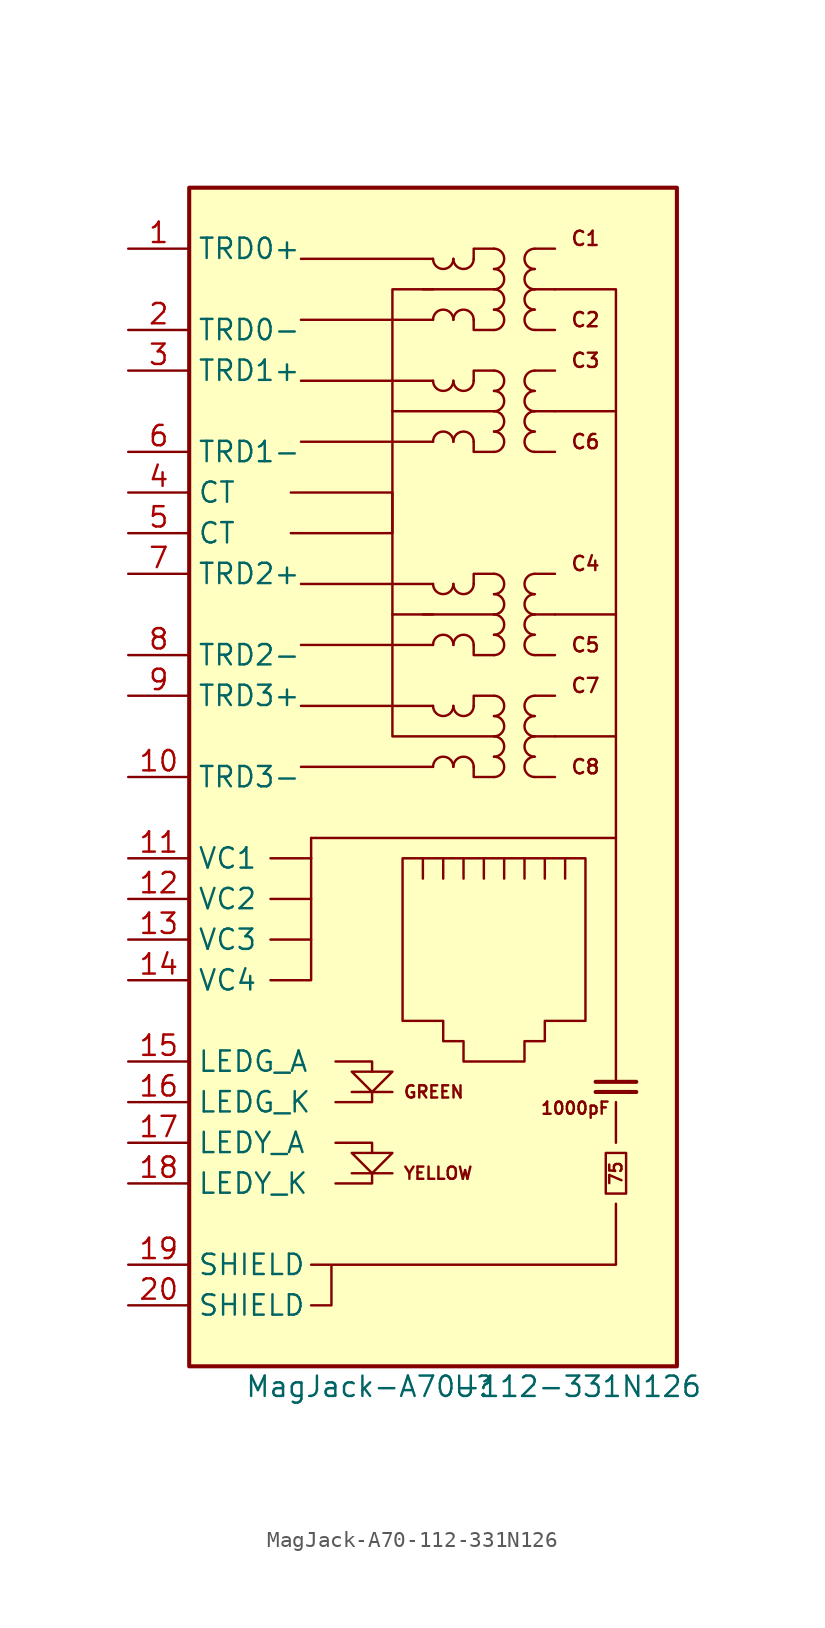
<source format=kicad_sym>
(kicad_symbol_lib
  (version 20210619)
  (generator kicad_symbol_editor)
  (symbol "CM4IO:MagJack-A70-112-331N126"
    (property "Reference" "U"
      (at 0 0 0)
      (effects (font (size 1.27 1.27))))
    (property "Value" "MagJack-A70-112-331N126"
      (at 0 0 0)
      (effects (font (size 1.27 1.27))))
    (symbol "MagJack-A70-112-331N126_0_1"
      (polyline (pts (xy 1.27 40.64) (xy -5.08 40.64) (xy -5.08 48.26) (xy -2.54 48.26) (xy -5.08 48.26)) (stroke (width 0)) (fill (type none)))
      (polyline (pts (xy 1.27 60.96) (xy -5.08 60.96) (xy -5.08 68.58) (xy -2.54 68.58) (xy -5.08 68.58)) (stroke (width 0)) (fill (type none))))
    (symbol "MagJack-A70-112-331N126_1_1"
      (arc (start -1.27 38.735) (end -2.54 38.735) (radius (at -1.905 38.735) (length 0.635) (angles 0.1 179.9)) (stroke (width 0)) (fill (type none)))
      (arc (start -2.54 42.545) (end -1.27 42.545) (radius (at -1.905 42.545) (length 0.635) (angles -179.9 -0.1)) (stroke (width 0)) (fill (type none)))
      (arc (start -1.27 46.355) (end -2.54 46.355) (radius (at -1.905 46.355) (length 0.635) (angles 0.1 179.9)) (stroke (width 0)) (fill (type none)))
      (arc (start -2.54 50.165) (end -1.27 50.165) (radius (at -1.905 50.165) (length 0.635) (angles -179.9 -0.1)) (stroke (width 0)) (fill (type none)))
      (arc (start -1.27 59.055) (end -2.54 59.055) (radius (at -1.905 59.055) (length 0.635) (angles 0.1 179.9)) (stroke (width 0)) (fill (type none)))
      (arc (start -2.54 62.865) (end -1.27 62.865) (radius (at -1.905 62.865) (length 0.635) (angles -179.9 -0.1)) (stroke (width 0)) (fill (type none)))
      (arc (start -1.27 66.675) (end -2.54 66.675) (radius (at -1.905 66.675) (length 0.635) (angles 0.1 179.9)) (stroke (width 0)) (fill (type none)))
      (arc (start -2.54 70.485) (end -1.27 70.485) (radius (at -1.905 70.485) (length 0.635) (angles -179.9 -0.1)) (stroke (width 0)) (fill (type none)))
      (arc (start 0 38.735) (end -1.27 38.735) (radius (at -0.635 38.735) (length 0.635) (angles 0.1 179.9)) (stroke (width 0)) (fill (type none)))
      (arc (start -1.27 42.545) (end 0 42.545) (radius (at -0.635 42.545) (length 0.635) (angles -179.9 -0.1)) (stroke (width 0)) (fill (type none)))
      (arc (start 0 46.355) (end -1.27 46.355) (radius (at -0.635 46.355) (length 0.635) (angles 0.1 179.9)) (stroke (width 0)) (fill (type none)))
      (arc (start -1.27 50.165) (end 0 50.165) (radius (at -0.635 50.165) (length 0.635) (angles -179.9 -0.1)) (stroke (width 0)) (fill (type none)))
      (arc (start 0 59.055) (end -1.27 59.055) (radius (at -0.635 59.055) (length 0.635) (angles 0.1 179.9)) (stroke (width 0)) (fill (type none)))
      (arc (start -1.27 62.865) (end 0 62.865) (radius (at -0.635 62.865) (length 0.635) (angles -179.9 -0.1)) (stroke (width 0)) (fill (type none)))
      (arc (start 0 66.675) (end -1.27 66.675) (radius (at -0.635 66.675) (length 0.635) (angles 0.1 179.9)) (stroke (width 0)) (fill (type none)))
      (arc (start -1.27 70.485) (end 0 70.485) (radius (at -0.635 70.485) (length 0.635) (angles -179.9 -0.1)) (stroke (width 0)) (fill (type none)))
      (arc (start 1.27 38.1) (end 1.27 39.37) (radius (at 1.27 38.735) (length 0.635) (angles -89.9 89.9)) (stroke (width 0)) (fill (type none)))
      (arc (start 1.27 39.37) (end 1.27 40.64) (radius (at 1.27 40.005) (length 0.635) (angles -89.9 89.9)) (stroke (width 0)) (fill (type none)))
      (arc (start 1.27 40.64) (end 1.27 41.91) (radius (at 1.27 41.275) (length 0.635) (angles -89.9 89.9)) (stroke (width 0)) (fill (type none)))
      (arc (start 1.27 41.91) (end 1.27 43.18) (radius (at 1.27 42.545) (length 0.635) (angles -89.9 89.9)) (stroke (width 0)) (fill (type none)))
      (arc (start 1.27 45.72) (end 1.27 46.99) (radius (at 1.27 46.355) (length 0.635) (angles -89.9 89.9)) (stroke (width 0)) (fill (type none)))
      (arc (start 1.27 46.99) (end 1.27 48.26) (radius (at 1.27 47.625) (length 0.635) (angles -89.9 89.9)) (stroke (width 0)) (fill (type none)))
      (arc (start 1.27 48.26) (end 1.27 49.53) (radius (at 1.27 48.895) (length 0.635) (angles -89.9 89.9)) (stroke (width 0)) (fill (type none)))
      (arc (start 1.27 49.53) (end 1.27 50.8) (radius (at 1.27 50.165) (length 0.635) (angles -89.9 89.9)) (stroke (width 0)) (fill (type none)))
      (arc (start 1.27 58.42) (end 1.27 59.69) (radius (at 1.27 59.055) (length 0.635) (angles -89.9 89.9)) (stroke (width 0)) (fill (type none)))
      (arc (start 1.27 59.69) (end 1.27 60.96) (radius (at 1.27 60.325) (length 0.635) (angles -89.9 89.9)) (stroke (width 0)) (fill (type none)))
      (arc (start 1.27 60.96) (end 1.27 62.23) (radius (at 1.27 61.595) (length 0.635) (angles -89.9 89.9)) (stroke (width 0)) (fill (type none)))
      (arc (start 1.27 62.23) (end 1.27 63.5) (radius (at 1.27 62.865) (length 0.635) (angles -89.9 89.9)) (stroke (width 0)) (fill (type none)))
      (arc (start 1.27 66.04) (end 1.27 67.31) (radius (at 1.27 66.675) (length 0.635) (angles -89.9 89.9)) (stroke (width 0)) (fill (type none)))
      (arc (start 1.27 67.31) (end 1.27 68.58) (radius (at 1.27 67.945) (length 0.635) (angles -89.9 89.9)) (stroke (width 0)) (fill (type none)))
      (arc (start 1.27 68.58) (end 1.27 69.85) (radius (at 1.27 69.215) (length 0.635) (angles -89.9 89.9)) (stroke (width 0)) (fill (type none)))
      (arc (start 1.27 69.85) (end 1.27 71.12) (radius (at 1.27 70.485) (length 0.635) (angles -89.9 89.9)) (stroke (width 0)) (fill (type none)))
      (arc (start 3.81 39.37) (end 3.81 38.1) (radius (at 3.81 38.735) (length 0.635) (angles 90.1 -90.1)) (stroke (width 0)) (fill (type none)))
      (arc (start 3.81 40.64) (end 3.81 39.37) (radius (at 3.81 40.005) (length 0.635) (angles 90.1 -90.1)) (stroke (width 0)) (fill (type none)))
      (arc (start 3.81 41.91) (end 3.81 40.64) (radius (at 3.81 41.275) (length 0.635) (angles 90.1 -90.1)) (stroke (width 0)) (fill (type none)))
      (arc (start 3.81 43.18) (end 3.81 41.91) (radius (at 3.81 42.545) (length 0.635) (angles 90.1 -90.1)) (stroke (width 0)) (fill (type none)))
      (arc (start 3.81 46.99) (end 3.81 45.72) (radius (at 3.81 46.355) (length 0.635) (angles 90.1 -90.1)) (stroke (width 0)) (fill (type none)))
      (arc (start 3.81 48.26) (end 3.81 46.99) (radius (at 3.81 47.625) (length 0.635) (angles 90.1 -90.1)) (stroke (width 0)) (fill (type none)))
      (arc (start 3.81 49.53) (end 3.81 48.26) (radius (at 3.81 48.895) (length 0.635) (angles 90.1 -90.1)) (stroke (width 0)) (fill (type none)))
      (arc (start 3.81 50.8) (end 3.81 49.53) (radius (at 3.81 50.165) (length 0.635) (angles 90.1 -90.1)) (stroke (width 0)) (fill (type none)))
      (arc (start 3.81 59.69) (end 3.81 58.42) (radius (at 3.81 59.055) (length 0.635) (angles 90.1 -90.1)) (stroke (width 0)) (fill (type none)))
      (arc (start 3.81 60.96) (end 3.81 59.69) (radius (at 3.81 60.325) (length 0.635) (angles 90.1 -90.1)) (stroke (width 0)) (fill (type none)))
      (arc (start 3.81 62.23) (end 3.81 60.96) (radius (at 3.81 61.595) (length 0.635) (angles 90.1 -90.1)) (stroke (width 0)) (fill (type none)))
      (arc (start 3.81 63.5) (end 3.81 62.23) (radius (at 3.81 62.865) (length 0.635) (angles 90.1 -90.1)) (stroke (width 0)) (fill (type none)))
      (arc (start 3.81 67.31) (end 3.81 66.04) (radius (at 3.81 66.675) (length 0.635) (angles 90.1 -90.1)) (stroke (width 0)) (fill (type none)))
      (arc (start 3.81 68.58) (end 3.81 67.31) (radius (at 3.81 67.945) (length 0.635) (angles 90.1 -90.1)) (stroke (width 0)) (fill (type none)))
      (arc (start 3.81 69.85) (end 3.81 68.58) (radius (at 3.81 69.215) (length 0.635) (angles 90.1 -90.1)) (stroke (width 0)) (fill (type none)))
      (arc (start 3.81 71.12) (end 3.81 69.85) (radius (at 3.81 70.485) (length 0.635) (angles 90.1 -90.1)) (stroke (width 0)) (fill (type none)))
      (text "1000pF" (at 6.35 17.399 0) (effects (font (size 0.762 0.762))))
      (text "75" (at 8.89 13.335 900) (effects (font (size 0.762 0.762))))
      (text "C1" (at 6.985 71.755 0) (effects (font (size 0.889 0.889))))
      (text "C2" (at 6.985 66.675 0) (effects (font (size 0.889 0.889))))
      (text "C3" (at 6.985 64.135 0) (effects (font (size 0.889 0.889))))
      (text "C4" (at 6.985 51.435 0) (effects (font (size 0.889 0.889))))
      (text "C5" (at 6.985 46.355 0) (effects (font (size 0.889 0.889))))
      (text "C6" (at 6.985 59.055 0) (effects (font (size 0.889 0.889))))
      (text "C7" (at 6.985 43.815 0) (effects (font (size 0.889 0.889))))
      (text "C8" (at 6.985 38.735 0) (effects (font (size 0.889 0.889))))
      (text "GREEN" (at -4.445 18.415 0) (effects (font (size 0.762 0.762)) (justify left)))
      (text "YELLOW" (at -4.445 13.335 0) (effects (font (size 0.762 0.762)) (justify left)))
      (rectangle (start 9.525 12.065) (end 8.255 14.605) (stroke (width 0)) (fill (type none)))
      (rectangle (start -17.78 1.27) (end 12.7 74.93) (stroke (width 0.254)) (fill (type background)))
      (polyline (pts (xy -12.7 27.94) (xy -10.16 27.94)) (stroke (width 0)) (fill (type none)))
      (polyline (pts (xy -12.7 30.48) (xy -10.16 30.48)) (stroke (width 0)) (fill (type none)))
      (polyline (pts (xy -12.7 33.02) (xy -10.16 33.02)) (stroke (width 0)) (fill (type none)))
      (polyline (pts (xy -10.16 33.02) (xy -10.16 34.29)) (stroke (width 0)) (fill (type none)))
      (polyline (pts (xy -5.08 13.335) (xy -7.62 13.335)) (stroke (width 0)) (fill (type none)))
      (polyline (pts (xy -5.08 18.415) (xy -7.62 18.415)) (stroke (width 0)) (fill (type none)))
      (polyline (pts (xy -5.08 48.26) (xy -5.08 60.96)) (stroke (width 0)) (fill (type none)))
      (polyline (pts (xy -3.175 31.75) (xy -3.175 33.02)) (stroke (width 0)) (fill (type none)))
      (polyline (pts (xy -3.175 48.26) (xy 1.27 48.26)) (stroke (width 0)) (fill (type none)))
      (polyline (pts (xy -3.175 68.58) (xy 1.27 68.58)) (stroke (width 0)) (fill (type none)))
      (polyline (pts (xy -2.54 38.735) (xy -10.795 38.735)) (stroke (width 0)) (fill (type none)))
      (polyline (pts (xy -2.54 42.545) (xy -10.795 42.545)) (stroke (width 0)) (fill (type none)))
      (polyline (pts (xy -2.54 46.355) (xy -10.795 46.355)) (stroke (width 0)) (fill (type none)))
      (polyline (pts (xy -2.54 50.165) (xy -10.795 50.165)) (stroke (width 0)) (fill (type none)))
      (polyline (pts (xy -2.54 59.055) (xy -10.795 59.055)) (stroke (width 0)) (fill (type none)))
      (polyline (pts (xy -2.54 62.865) (xy -10.795 62.865)) (stroke (width 0)) (fill (type none)))
      (polyline (pts (xy -2.54 66.675) (xy -10.795 66.675)) (stroke (width 0)) (fill (type none)))
      (polyline (pts (xy -2.54 70.485) (xy -10.795 70.485)) (stroke (width 0)) (fill (type none)))
      (polyline (pts (xy -1.905 33.02) (xy -1.905 31.75)) (stroke (width 0)) (fill (type none)))
      (polyline (pts (xy -0.635 33.02) (xy -0.635 31.75)) (stroke (width 0)) (fill (type none)))
      (polyline (pts (xy 0.635 33.02) (xy 0.635 31.75)) (stroke (width 0)) (fill (type none)))
      (polyline (pts (xy 1.905 33.02) (xy 1.905 31.75)) (stroke (width 0)) (fill (type none)))
      (polyline (pts (xy 3.175 33.02) (xy 3.175 31.75)) (stroke (width 0)) (fill (type none)))
      (polyline (pts (xy 3.81 38.1) (xy 5.08 38.1)) (stroke (width 0)) (fill (type none)))
      (polyline (pts (xy 3.81 40.64) (xy 5.08 40.64)) (stroke (width 0)) (fill (type none)))
      (polyline (pts (xy 3.81 43.18) (xy 5.08 43.18)) (stroke (width 0)) (fill (type none)))
      (polyline (pts (xy 3.81 45.72) (xy 5.08 45.72)) (stroke (width 0)) (fill (type none)))
      (polyline (pts (xy 3.81 48.26) (xy 5.08 48.26)) (stroke (width 0)) (fill (type none)))
      (polyline (pts (xy 3.81 50.8) (xy 5.08 50.8)) (stroke (width 0)) (fill (type none)))
      (polyline (pts (xy 3.81 58.42) (xy 5.08 58.42)) (stroke (width 0)) (fill (type none)))
      (polyline (pts (xy 3.81 60.96) (xy 5.08 60.96)) (stroke (width 0)) (fill (type none)))
      (polyline (pts (xy 3.81 63.5) (xy 5.08 63.5)) (stroke (width 0)) (fill (type none)))
      (polyline (pts (xy 3.81 66.04) (xy 5.08 66.04)) (stroke (width 0)) (fill (type none)))
      (polyline (pts (xy 3.81 68.58) (xy 5.08 68.58)) (stroke (width 0)) (fill (type none)))
      (polyline (pts (xy 3.81 71.12) (xy 5.08 71.12)) (stroke (width 0)) (fill (type none)))
      (polyline (pts (xy 4.445 31.75) (xy 4.445 33.02)) (stroke (width 0)) (fill (type none)))
      (polyline (pts (xy 5.08 40.64) (xy 8.89 40.64)) (stroke (width 0)) (fill (type none)))
      (polyline (pts (xy 5.08 48.26) (xy 8.89 48.26)) (stroke (width 0)) (fill (type none)))
      (polyline (pts (xy 5.08 60.96) (xy 8.89 60.96)) (stroke (width 0)) (fill (type none)))
      (polyline (pts (xy 5.715 31.75) (xy 5.715 33.02)) (stroke (width 0)) (fill (type none)))
      (polyline (pts (xy 7.62 18.415) (xy 10.16 18.415)) (stroke (width 0.254)) (fill (type none)))
      (polyline (pts (xy 7.62 19.05) (xy 10.16 19.05)) (stroke (width 0.254)) (fill (type none)))
      (polyline (pts (xy 8.89 15.24) (xy 8.89 17.78)) (stroke (width 0)) (fill (type none)))
      (polyline (pts (xy 8.89 19.05) (xy 8.89 34.29)) (stroke (width 0)) (fill (type none)))
      (polyline (pts (xy -10.16 33.02) (xy -10.16 25.4) (xy -12.7 25.4)) (stroke (width 0)) (fill (type none)))
      (polyline (pts (xy -8.636 12.7) (xy -6.35 12.7) (xy -6.35 13.335)) (stroke (width 0)) (fill (type none)))
      (polyline (pts (xy -8.636 15.24) (xy -6.35 15.24) (xy -6.35 14.605)) (stroke (width 0)) (fill (type none)))
      (polyline (pts (xy -8.636 20.32) (xy -6.35 20.32) (xy -6.35 19.685)) (stroke (width 0)) (fill (type none)))
      (polyline (pts (xy -6.35 18.415) (xy -6.35 17.78) (xy -8.636 17.78)) (stroke (width 0)) (fill (type none)))
      (polyline (pts (xy 0 38.735) (xy 0 38.1) (xy 1.27 38.1)) (stroke (width 0)) (fill (type none)))
      (polyline (pts (xy 0 46.355) (xy 0 45.72) (xy 1.27 45.72)) (stroke (width 0)) (fill (type none)))
      (polyline (pts (xy 0 59.055) (xy 0 58.42) (xy 1.27 58.42)) (stroke (width 0)) (fill (type none)))
      (polyline (pts (xy 0 66.675) (xy 0 66.04) (xy 1.27 66.04)) (stroke (width 0)) (fill (type none)))
      (polyline (pts (xy 1.27 43.18) (xy 0 43.18) (xy 0 42.545)) (stroke (width 0)) (fill (type none)))
      (polyline (pts (xy 1.27 50.8) (xy 0 50.8) (xy 0 50.165)) (stroke (width 0)) (fill (type none)))
      (polyline (pts (xy 1.27 63.5) (xy 0 63.5) (xy 0 62.865)) (stroke (width 0)) (fill (type none)))
      (polyline (pts (xy 1.27 71.12) (xy 0 71.12) (xy 0 70.485)) (stroke (width 0)) (fill (type none)))
      (polyline (pts (xy -11.43 53.34) (xy -5.08 53.34) (xy -5.08 55.88) (xy -11.43 55.88)) (stroke (width 0)) (fill (type none)))
      (polyline (pts (xy -10.16 34.29) (xy 8.89 34.29) (xy 8.89 68.58) (xy 5.08 68.58)) (stroke (width 0)) (fill (type none)))
      (polyline (pts (xy -7.62 19.685) (xy -5.08 19.685) (xy -6.35 18.415) (xy -7.62 19.685)) (stroke (width 0)) (fill (type none)))
      (polyline (pts (xy -5.08 14.605) (xy -7.62 14.605) (xy -6.35 13.335) (xy -5.08 14.605)) (stroke (width 0)) (fill (type none)))
      (polyline (pts (xy -10.16 5.08) (xy -8.89 5.08) (xy -8.89 7.62) (xy -10.16 7.62) (xy -8.89 7.62) (xy 8.89 7.62) (xy 8.89 11.43)) (stroke (width 0)) (fill (type none)))
      (polyline (pts (xy -4.445 33.02) (xy 6.985 33.02) (xy 6.985 22.86) (xy 4.445 22.86) (xy 4.445 21.59) (xy 3.175 21.59) (xy 3.175 20.32) (xy -0.635 20.32) (xy -0.635 21.59) (xy -1.905 21.59) (xy -1.905 22.86) (xy -4.445 22.86) (xy -4.445 33.02)) (stroke (width 0)) (fill (type none)))
      (pin passive line (at -21.59 71.12 0) (length 3.81) (name "TRD0+" (effects (font (size 1.27 1.27)))) (number "1" (effects (font (size 1.27 1.27)))))
      (pin passive line (at -21.59 38.1 0) (length 3.81) (name "TRD3-" (effects (font (size 1.27 1.27)))) (number "10" (effects (font (size 1.27 1.27)))))
      (pin passive line (at -21.59 33.02 0) (length 3.81) (name "VC1" (effects (font (size 1.27 1.27)))) (number "11" (effects (font (size 1.27 1.27)))))
      (pin passive line (at -21.59 30.48 0) (length 3.81) (name "VC2" (effects (font (size 1.27 1.27)))) (number "12" (effects (font (size 1.27 1.27)))))
      (pin passive line (at -21.59 27.94 0) (length 3.81) (name "VC3" (effects (font (size 1.27 1.27)))) (number "13" (effects (font (size 1.27 1.27)))))
      (pin passive line (at -21.59 25.4 0) (length 3.81) (name "VC4" (effects (font (size 1.27 1.27)))) (number "14" (effects (font (size 1.27 1.27)))))
      (pin passive line (at -21.59 20.32 0) (length 3.81) (name "LEDG_A" (effects (font (size 1.27 1.27)))) (number "15" (effects (font (size 1.27 1.27)))))
      (pin passive line (at -21.59 17.78 0) (length 3.81) (name "LEDG_K" (effects (font (size 1.27 1.27)))) (number "16" (effects (font (size 1.27 1.27)))))
      (pin passive line (at -21.59 15.24 0) (length 3.81) (name "LEDY_A" (effects (font (size 1.27 1.27)))) (number "17" (effects (font (size 1.27 1.27)))))
      (pin passive line (at -21.59 12.7 0) (length 3.81) (name "LEDY_K" (effects (font (size 1.27 1.27)))) (number "18" (effects (font (size 1.27 1.27)))))
      (pin passive line (at -21.59 7.62 0) (length 3.81) (name "SHIELD" (effects (font (size 1.27 1.27)))) (number "19" (effects (font (size 1.27 1.27)))))
      (pin passive line (at -21.59 66.04 0) (length 3.81) (name "TRD0-" (effects (font (size 1.27 1.27)))) (number "2" (effects (font (size 1.27 1.27)))))
      (pin passive line (at -21.59 5.08 0) (length 3.81) (name "SHIELD" (effects (font (size 1.27 1.27)))) (number "20" (effects (font (size 1.27 1.27)))))
      (pin passive line (at -21.59 63.5 0) (length 3.81) (name "TRD1+" (effects (font (size 1.27 1.27)))) (number "3" (effects (font (size 1.27 1.27)))))
      (pin passive line (at -21.59 55.88 0) (length 3.81) (name "CT" (effects (font (size 1.27 1.27)))) (number "4" (effects (font (size 1.27 1.27)))))
      (pin passive line (at -21.59 53.34 0) (length 3.81) (name "CT" (effects (font (size 1.27 1.27)))) (number "5" (effects (font (size 1.27 1.27)))))
      (pin passive line (at -21.59 58.42 0) (length 3.81) (name "TRD1-" (effects (font (size 1.27 1.27)))) (number "6" (effects (font (size 1.27 1.27)))))
      (pin passive line (at -21.59 50.8 0) (length 3.81) (name "TRD2+" (effects (font (size 1.27 1.27)))) (number "7" (effects (font (size 1.27 1.27)))))
      (pin passive line (at -21.59 45.72 0) (length 3.81) (name "TRD2-" (effects (font (size 1.27 1.27)))) (number "8" (effects (font (size 1.27 1.27)))))
      (pin passive line (at -21.59 43.18 0) (length 3.81) (name "TRD3+" (effects (font (size 1.27 1.27)))) (number "9" (effects (font (size 1.27 1.27))))))))
</source>
